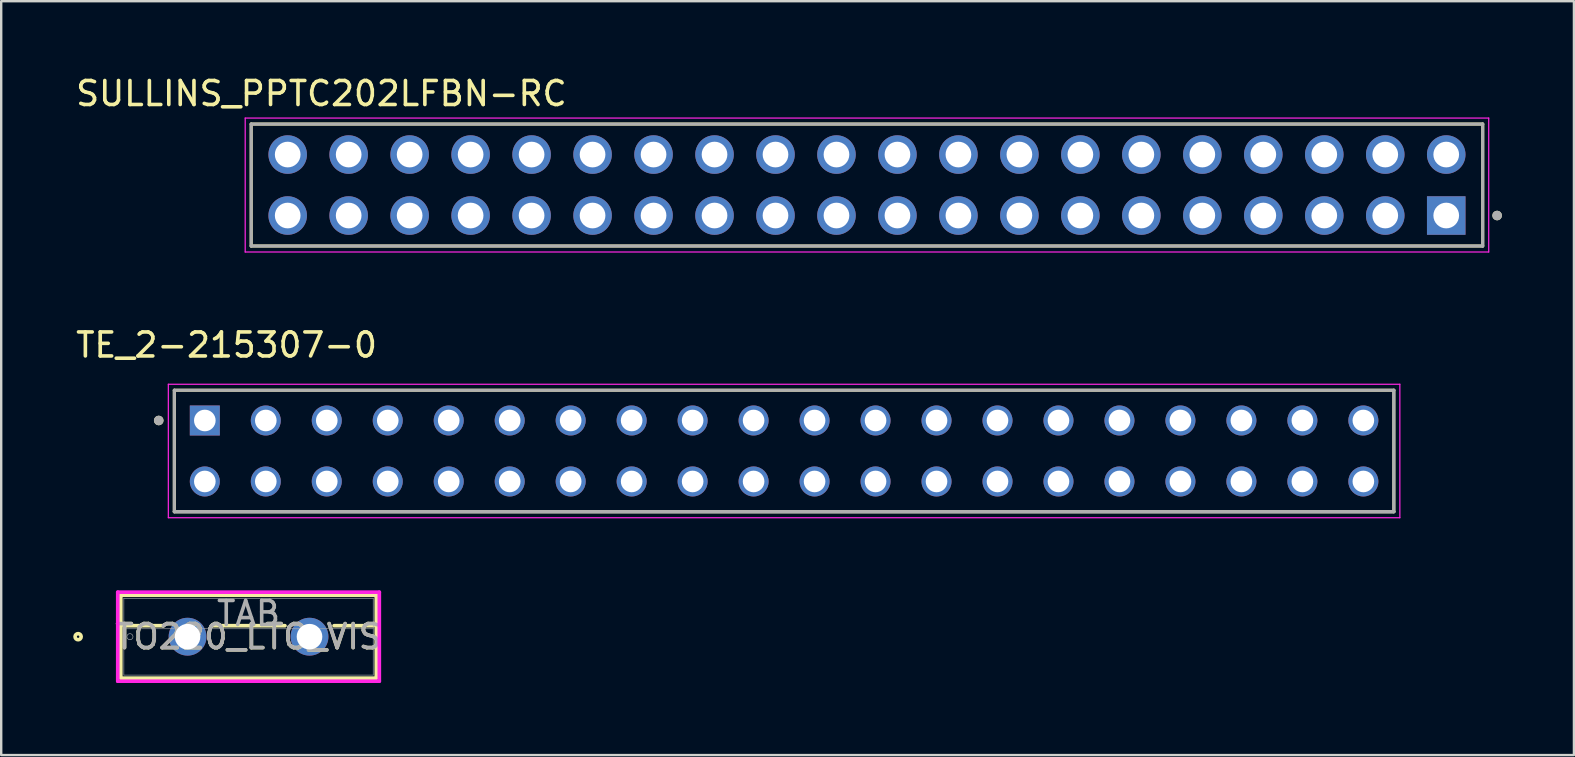
<source format=kicad_pcb>
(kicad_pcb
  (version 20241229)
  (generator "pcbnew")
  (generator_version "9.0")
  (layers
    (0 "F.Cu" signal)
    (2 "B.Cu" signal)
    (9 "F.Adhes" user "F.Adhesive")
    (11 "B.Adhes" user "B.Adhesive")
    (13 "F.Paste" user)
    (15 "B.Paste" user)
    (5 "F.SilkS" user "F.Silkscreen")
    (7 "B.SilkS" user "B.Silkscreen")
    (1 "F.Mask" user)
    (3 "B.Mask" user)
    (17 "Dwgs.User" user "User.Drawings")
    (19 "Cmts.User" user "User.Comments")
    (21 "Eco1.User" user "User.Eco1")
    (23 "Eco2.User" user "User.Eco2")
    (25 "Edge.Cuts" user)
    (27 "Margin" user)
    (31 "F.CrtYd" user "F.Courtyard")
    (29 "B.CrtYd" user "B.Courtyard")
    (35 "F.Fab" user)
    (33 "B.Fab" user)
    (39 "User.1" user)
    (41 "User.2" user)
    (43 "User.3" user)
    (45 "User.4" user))
  (footprint "SULLINS_PPTC202LFBN-RC"
    (layer "F.Cu")
    (at 33.064 4.658)
    (property "Reference" "SULLINS_PPTC202LFBN-RC" (at -22.725 -3.81 0) (layer "F.SilkS") (effects (font (size 1 1) (thickness 0.15))))
    (attr through_hole)
    (fp_line (start -25.65 -2.54) (end 25.65 -2.54) (stroke (width 0.127) (type solid)) (layer "F.SilkS"))
    (fp_line (start -25.65 2.54) (end -25.65 -2.54) (stroke (width 0.127) (type solid)) (layer "F.SilkS"))
    (fp_line (start 25.65 -2.54) (end 25.65 2.54) (stroke (width 0.127) (type solid)) (layer "F.SilkS"))
    (fp_line (start 25.65 2.54) (end -25.65 2.54) (stroke (width 0.127) (type solid)) (layer "F.SilkS"))
    (fp_circle (center 26.25 1.27) (end 26.35 1.27) (stroke (width 0.2) (type solid)) (fill no) (layer "F.SilkS"))
    (fp_line (start -25.9 -2.79) (end 25.9 -2.79) (stroke (width 0.05) (type solid)) (layer "F.CrtYd"))
    (fp_line (start -25.9 2.79) (end -25.9 -2.79) (stroke (width 0.05) (type solid)) (layer "F.CrtYd"))
    (fp_line (start 25.9 -2.79) (end 25.9 2.79) (stroke (width 0.05) (type solid)) (layer "F.CrtYd"))
    (fp_line (start 25.9 2.79) (end -25.9 2.79) (stroke (width 0.05) (type solid)) (layer "F.CrtYd"))
    (fp_line (start -25.65 -2.54) (end 25.65 -2.54) (stroke (width 0.127) (type solid)) (layer "F.Fab"))
    (fp_line (start -25.65 2.54) (end -25.65 -2.54) (stroke (width 0.127) (type solid)) (layer "F.Fab"))
    (fp_line (start 25.65 -2.54) (end 25.65 2.54) (stroke (width 0.127) (type solid)) (layer "F.Fab"))
    (fp_line (start 25.65 2.54) (end -25.65 2.54) (stroke (width 0.127) (type solid)) (layer "F.Fab"))
    (fp_circle (center 26.25 1.27) (end 26.35 1.27) (stroke (width 0.2) (type solid)) (fill no) (layer "F.Fab"))
    (pad "1" thru_hole rect (at 24.13 1.27) (size 1.605 1.605) (drill 1.07) (layers "*.Cu" "*.Mask"))
    (pad "2" thru_hole circle (at 24.13 -1.27) (size 1.605 1.605) (drill 1.07) (layers "*.Cu" "*.Mask"))
    (pad "3" thru_hole circle (at 21.59 1.27) (size 1.605 1.605) (drill 1.07) (layers "*.Cu" "*.Mask"))
    (pad "4" thru_hole circle (at 21.59 -1.27) (size 1.605 1.605) (drill 1.07) (layers "*.Cu" "*.Mask"))
    (pad "5" thru_hole circle (at 19.05 1.27) (size 1.605 1.605) (drill 1.07) (layers "*.Cu" "*.Mask"))
    (pad "6" thru_hole circle (at 19.05 -1.27) (size 1.605 1.605) (drill 1.07) (layers "*.Cu" "*.Mask"))
    (pad "7" thru_hole circle (at 16.51 1.27) (size 1.605 1.605) (drill 1.07) (layers "*.Cu" "*.Mask"))
    (pad "8" thru_hole circle (at 16.51 -1.27) (size 1.605 1.605) (drill 1.07) (layers "*.Cu" "*.Mask"))
    (pad "9" thru_hole circle (at 13.97 1.27) (size 1.605 1.605) (drill 1.07) (layers "*.Cu" "*.Mask"))
    (pad "10" thru_hole circle (at 13.97 -1.27) (size 1.605 1.605) (drill 1.07) (layers "*.Cu" "*.Mask"))
    (pad "11" thru_hole circle (at 11.43 1.27) (size 1.605 1.605) (drill 1.07) (layers "*.Cu" "*.Mask"))
    (pad "12" thru_hole circle (at 11.43 -1.27) (size 1.605 1.605) (drill 1.07) (layers "*.Cu" "*.Mask"))
    (pad "13" thru_hole circle (at 8.89 1.27) (size 1.605 1.605) (drill 1.07) (layers "*.Cu" "*.Mask"))
    (pad "14" thru_hole circle (at 8.89 -1.27) (size 1.605 1.605) (drill 1.07) (layers "*.Cu" "*.Mask"))
    (pad "15" thru_hole circle (at 6.35 1.27) (size 1.605 1.605) (drill 1.07) (layers "*.Cu" "*.Mask"))
    (pad "16" thru_hole circle (at 6.35 -1.27) (size 1.605 1.605) (drill 1.07) (layers "*.Cu" "*.Mask"))
    (pad "17" thru_hole circle (at 3.81 1.27) (size 1.605 1.605) (drill 1.07) (layers "*.Cu" "*.Mask"))
    (pad "18" thru_hole circle (at 3.81 -1.27) (size 1.605 1.605) (drill 1.07) (layers "*.Cu" "*.Mask"))
    (pad "19" thru_hole circle (at 1.27 1.27) (size 1.605 1.605) (drill 1.07) (layers "*.Cu" "*.Mask"))
    (pad "20" thru_hole circle (at 1.27 -1.27) (size 1.605 1.605) (drill 1.07) (layers "*.Cu" "*.Mask"))
    (pad "21" thru_hole circle (at -1.27 1.27) (size 1.605 1.605) (drill 1.07) (layers "*.Cu" "*.Mask"))
    (pad "22" thru_hole circle (at -1.27 -1.27) (size 1.605 1.605) (drill 1.07) (layers "*.Cu" "*.Mask"))
    (pad "23" thru_hole circle (at -3.81 1.27) (size 1.605 1.605) (drill 1.07) (layers "*.Cu" "*.Mask"))
    (pad "24" thru_hole circle (at -3.81 -1.27) (size 1.605 1.605) (drill 1.07) (layers "*.Cu" "*.Mask"))
    (pad "25" thru_hole circle (at -6.35 1.27) (size 1.605 1.605) (drill 1.07) (layers "*.Cu" "*.Mask"))
    (pad "26" thru_hole circle (at -6.35 -1.27) (size 1.605 1.605) (drill 1.07) (layers "*.Cu" "*.Mask"))
    (pad "27" thru_hole circle (at -8.89 1.27) (size 1.605 1.605) (drill 1.07) (layers "*.Cu" "*.Mask"))
    (pad "28" thru_hole circle (at -8.89 -1.27) (size 1.605 1.605) (drill 1.07) (layers "*.Cu" "*.Mask"))
    (pad "29" thru_hole circle (at -11.43 1.27) (size 1.605 1.605) (drill 1.07) (layers "*.Cu" "*.Mask"))
    (pad "30" thru_hole circle (at -11.43 -1.27) (size 1.605 1.605) (drill 1.07) (layers "*.Cu" "*.Mask"))
    (pad "31" thru_hole circle (at -13.97 1.27) (size 1.605 1.605) (drill 1.07) (layers "*.Cu" "*.Mask"))
    (pad "32" thru_hole circle (at -13.97 -1.27) (size 1.605 1.605) (drill 1.07) (layers "*.Cu" "*.Mask"))
    (pad "33" thru_hole circle (at -16.51 1.27) (size 1.605 1.605) (drill 1.07) (layers "*.Cu" "*.Mask"))
    (pad "34" thru_hole circle (at -16.51 -1.27) (size 1.605 1.605) (drill 1.07) (layers "*.Cu" "*.Mask"))
    (pad "35" thru_hole circle (at -19.05 1.27) (size 1.605 1.605) (drill 1.07) (layers "*.Cu" "*.Mask"))
    (pad "36" thru_hole circle (at -19.05 -1.27) (size 1.605 1.605) (drill 1.07) (layers "*.Cu" "*.Mask"))
    (pad "37" thru_hole circle (at -21.59 1.27) (size 1.605 1.605) (drill 1.07) (layers "*.Cu" "*.Mask"))
    (pad "38" thru_hole circle (at -21.59 -1.27) (size 1.605 1.605) (drill 1.07) (layers "*.Cu" "*.Mask"))
    (pad "39" thru_hole circle (at -24.13 1.27) (size 1.605 1.605) (drill 1.07) (layers "*.Cu" "*.Mask"))
    (pad "40" thru_hole circle (at -24.13 -1.27) (size 1.605 1.605) (drill 1.07) (layers "*.Cu" "*.Mask")))
  (footprint "TO220_LTO_VIS"
    (layer "F.Cu")
    (at 4.763 23.472)
    (property "Reference" "TO220_LTO_VIS" (at 2.54 0 0) (unlocked yes) (layer "F.SilkS") (effects (font (size 1 1) (thickness 0.15))))
    (attr through_hole)
    (fp_line (start -2.781 -1.727) (end -2.781 1.727) (stroke (width 0.152) (type solid)) (layer "F.SilkS"))
    (fp_line (start -2.781 1.727) (end 7.861 1.727) (stroke (width 0.152) (type solid)) (layer "F.SilkS"))
    (fp_line (start -2.654 -0.457) (end -1.023 -0.457) (stroke (width 0.152) (type solid)) (layer "F.SilkS"))
    (fp_line (start 1.023 -0.457) (end 4.057 -0.457) (stroke (width 0.152) (type solid)) (layer "F.SilkS"))
    (fp_line (start 6.103 -0.457) (end 7.734 -0.457) (stroke (width 0.152) (type solid)) (layer "F.SilkS"))
    (fp_line (start 7.861 -1.727) (end -2.781 -1.727) (stroke (width 0.152) (type solid)) (layer "F.SilkS"))
    (fp_line (start 7.861 1.727) (end 7.861 -1.727) (stroke (width 0.152) (type solid)) (layer "F.SilkS"))
    (fp_circle (center -4.559 0) (end -4.432 0) (stroke (width 0.152) (type solid)) (fill no) (layer "F.SilkS"))
    (fp_line (start -2.908 -1.854) (end -2.908 1.854) (stroke (width 0.152) (type solid)) (layer "F.CrtYd"))
    (fp_line (start -2.908 1.854) (end 7.988 1.854) (stroke (width 0.152) (type solid)) (layer "F.CrtYd"))
    (fp_line (start 7.988 -1.854) (end -2.908 -1.854) (stroke (width 0.152) (type solid)) (layer "F.CrtYd"))
    (fp_line (start 7.988 1.854) (end 7.988 -1.854) (stroke (width 0.152) (type solid)) (layer "F.CrtYd"))
    (fp_line (start -2.654 -1.6) (end -2.654 1.6) (stroke (width 0.025) (type solid)) (layer "F.Fab"))
    (fp_line (start -2.654 -0.33) (end 7.734 -0.33) (stroke (width 0.025) (type solid)) (layer "F.Fab"))
    (fp_line (start -2.654 1.6) (end 7.734 1.6) (stroke (width 0.025) (type solid)) (layer "F.Fab"))
    (fp_line (start 7.734 -1.6) (end -2.654 -1.6) (stroke (width 0.025) (type solid)) (layer "F.Fab"))
    (fp_line (start 7.734 1.6) (end 7.734 -1.6) (stroke (width 0.025) (type solid)) (layer "F.Fab"))
    (fp_circle (center -2.4 0) (end -2.273 0) (stroke (width 0.025) (type solid)) (fill no) (layer "F.Fab"))
    (fp_text user "${REFERENCE}" (at 2.54 0 0) (unlocked yes) (layer "F.Fab") (effects (font (size 1 1) (thickness 0.15))))
    (fp_text user "TAB" (at 2.54 -0.965 0) (unlocked yes) (layer "F.Fab") (effects (font (size 1 1) (thickness 0.15))))
    (pad "1" thru_hole circle (at 0 0) (size 1.575 1.575) (drill 1.067) (layers "*.Cu" "*.Mask"))
    (pad "2" thru_hole circle (at 5.08 0) (size 1.575 1.575) (drill 1.067) (layers "*.Cu" "*.Mask")))
  (footprint "TE_2-215307-0"
    (layer "F.Cu")
    (at 5.482 14.466)
    (property "Reference" "TE_2-215307-0" (at 0.905 -3.145 0) (layer "F.SilkS") (effects (font (size 1 1) (thickness 0.15))))
    (attr through_hole)
    (fp_line (start -1.27 3.8) (end -1.27 -1.26) (stroke (width 0.127) (type solid)) (layer "F.SilkS"))
    (fp_line (start 49.53 -1.26) (end -1.27 -1.26) (stroke (width 0.127) (type solid)) (layer "F.SilkS"))
    (fp_line (start 49.53 -1.26) (end 49.53 3.8) (stroke (width 0.127) (type solid)) (layer "F.SilkS"))
    (fp_line (start 49.53 3.8) (end -1.27 3.8) (stroke (width 0.127) (type solid)) (layer "F.SilkS"))
    (fp_circle (center -1.92 0) (end -1.82 0) (stroke (width 0.2) (type solid)) (fill no) (layer "F.SilkS"))
    (fp_line (start -1.52 -1.51) (end 49.78 -1.51) (stroke (width 0.05) (type solid)) (layer "F.CrtYd"))
    (fp_line (start -1.52 4.05) (end -1.52 -1.51) (stroke (width 0.05) (type solid)) (layer "F.CrtYd"))
    (fp_line (start 49.78 -1.51) (end 49.78 4.05) (stroke (width 0.05) (type solid)) (layer "F.CrtYd"))
    (fp_line (start 49.78 4.05) (end -1.52 4.05) (stroke (width 0.05) (type solid)) (layer "F.CrtYd"))
    (fp_line (start -1.27 -1.26) (end 49.53 -1.26) (stroke (width 0.127) (type solid)) (layer "F.Fab"))
    (fp_line (start -1.27 3.8) (end -1.27 -1.26) (stroke (width 0.127) (type solid)) (layer "F.Fab"))
    (fp_line (start -1.27 3.8) (end -1.27 3.8) (stroke (width 0.127) (type solid)) (layer "F.Fab"))
    (fp_line (start -1.27 3.8) (end 49.53 3.8) (stroke (width 0.127) (type solid)) (layer "F.Fab"))
    (fp_line (start 49.53 -1.26) (end 49.53 3.8) (stroke (width 0.127) (type solid)) (layer "F.Fab"))
    (fp_line (start 49.53 3.8) (end -1.27 3.8) (stroke (width 0.127) (type solid)) (layer "F.Fab"))
    (fp_line (start 49.53 3.8) (end 49.53 3.8) (stroke (width 0.127) (type solid)) (layer "F.Fab"))
    (fp_circle (center -1.92 0) (end -1.82 0) (stroke (width 0.2) (type solid)) (fill no) (layer "F.Fab"))
    (pad "1" thru_hole rect (at 0 0) (size 1.25 1.25) (drill 0.9) (layers "*.Cu" "*.Mask"))
    (pad "2" thru_hole circle (at 0 2.54) (size 1.25 1.25) (drill 0.9) (layers "*.Cu" "*.Mask"))
    (pad "3" thru_hole circle (at 2.54 0) (size 1.25 1.25) (drill 0.9) (layers "*.Cu" "*.Mask"))
    (pad "4" thru_hole circle (at 2.54 2.54) (size 1.25 1.25) (drill 0.9) (layers "*.Cu" "*.Mask"))
    (pad "5" thru_hole circle (at 5.08 0) (size 1.25 1.25) (drill 0.9) (layers "*.Cu" "*.Mask"))
    (pad "6" thru_hole circle (at 5.08 2.54) (size 1.25 1.25) (drill 0.9) (layers "*.Cu" "*.Mask"))
    (pad "7" thru_hole circle (at 7.62 0) (size 1.25 1.25) (drill 0.9) (layers "*.Cu" "*.Mask"))
    (pad "8" thru_hole circle (at 7.62 2.54) (size 1.25 1.25) (drill 0.9) (layers "*.Cu" "*.Mask"))
    (pad "9" thru_hole circle (at 10.16 0) (size 1.25 1.25) (drill 0.9) (layers "*.Cu" "*.Mask"))
    (pad "10" thru_hole circle (at 10.16 2.54) (size 1.25 1.25) (drill 0.9) (layers "*.Cu" "*.Mask"))
    (pad "11" thru_hole circle (at 12.7 0) (size 1.25 1.25) (drill 0.9) (layers "*.Cu" "*.Mask"))
    (pad "12" thru_hole circle (at 12.7 2.54) (size 1.25 1.25) (drill 0.9) (layers "*.Cu" "*.Mask"))
    (pad "13" thru_hole circle (at 15.24 0) (size 1.25 1.25) (drill 0.9) (layers "*.Cu" "*.Mask"))
    (pad "14" thru_hole circle (at 15.24 2.54) (size 1.25 1.25) (drill 0.9) (layers "*.Cu" "*.Mask"))
    (pad "15" thru_hole circle (at 17.78 0) (size 1.25 1.25) (drill 0.9) (layers "*.Cu" "*.Mask"))
    (pad "16" thru_hole circle (at 17.78 2.54) (size 1.25 1.25) (drill 0.9) (layers "*.Cu" "*.Mask"))
    (pad "17" thru_hole circle (at 20.32 0) (size 1.25 1.25) (drill 0.9) (layers "*.Cu" "*.Mask"))
    (pad "18" thru_hole circle (at 20.32 2.54) (size 1.25 1.25) (drill 0.9) (layers "*.Cu" "*.Mask"))
    (pad "19" thru_hole circle (at 22.86 0) (size 1.25 1.25) (drill 0.9) (layers "*.Cu" "*.Mask"))
    (pad "20" thru_hole circle (at 22.86 2.54) (size 1.25 1.25) (drill 0.9) (layers "*.Cu" "*.Mask"))
    (pad "21" thru_hole circle (at 25.4 0) (size 1.25 1.25) (drill 0.9) (layers "*.Cu" "*.Mask"))
    (pad "22" thru_hole circle (at 25.4 2.54) (size 1.25 1.25) (drill 0.9) (layers "*.Cu" "*.Mask"))
    (pad "23" thru_hole circle (at 27.94 0) (size 1.25 1.25) (drill 0.9) (layers "*.Cu" "*.Mask"))
    (pad "24" thru_hole circle (at 27.94 2.54) (size 1.25 1.25) (drill 0.9) (layers "*.Cu" "*.Mask"))
    (pad "25" thru_hole circle (at 30.48 0) (size 1.25 1.25) (drill 0.9) (layers "*.Cu" "*.Mask"))
    (pad "26" thru_hole circle (at 30.48 2.54) (size 1.25 1.25) (drill 0.9) (layers "*.Cu" "*.Mask"))
    (pad "27" thru_hole circle (at 33.02 0) (size 1.25 1.25) (drill 0.9) (layers "*.Cu" "*.Mask"))
    (pad "28" thru_hole circle (at 33.02 2.54) (size 1.25 1.25) (drill 0.9) (layers "*.Cu" "*.Mask"))
    (pad "29" thru_hole circle (at 35.56 0) (size 1.25 1.25) (drill 0.9) (layers "*.Cu" "*.Mask"))
    (pad "30" thru_hole circle (at 35.56 2.54) (size 1.25 1.25) (drill 0.9) (layers "*.Cu" "*.Mask"))
    (pad "31" thru_hole circle (at 38.1 0) (size 1.25 1.25) (drill 0.9) (layers "*.Cu" "*.Mask"))
    (pad "32" thru_hole circle (at 38.1 2.54) (size 1.25 1.25) (drill 0.9) (layers "*.Cu" "*.Mask"))
    (pad "33" thru_hole circle (at 40.64 0) (size 1.25 1.25) (drill 0.9) (layers "*.Cu" "*.Mask"))
    (pad "34" thru_hole circle (at 40.64 2.54) (size 1.25 1.25) (drill 0.9) (layers "*.Cu" "*.Mask"))
    (pad "35" thru_hole circle (at 43.18 0) (size 1.25 1.25) (drill 0.9) (layers "*.Cu" "*.Mask"))
    (pad "36" thru_hole circle (at 43.18 2.54) (size 1.25 1.25) (drill 0.9) (layers "*.Cu" "*.Mask"))
    (pad "37" thru_hole circle (at 45.72 0) (size 1.25 1.25) (drill 0.9) (layers "*.Cu" "*.Mask"))
    (pad "38" thru_hole circle (at 45.72 2.54) (size 1.25 1.25) (drill 0.9) (layers "*.Cu" "*.Mask"))
    (pad "39" thru_hole circle (at 48.26 0) (size 1.25 1.25) (drill 0.9) (layers "*.Cu" "*.Mask"))
    (pad "40" thru_hole circle (at 48.26 2.54) (size 1.25 1.25) (drill 0.9) (layers "*.Cu" "*.Mask")))
  (gr_rect
    (start -3 -3)
    (end 62.514 28.402)
    (stroke (width 0.1) (type default))
    (fill no)
    (layer "Edge.Cuts")))
</source>
